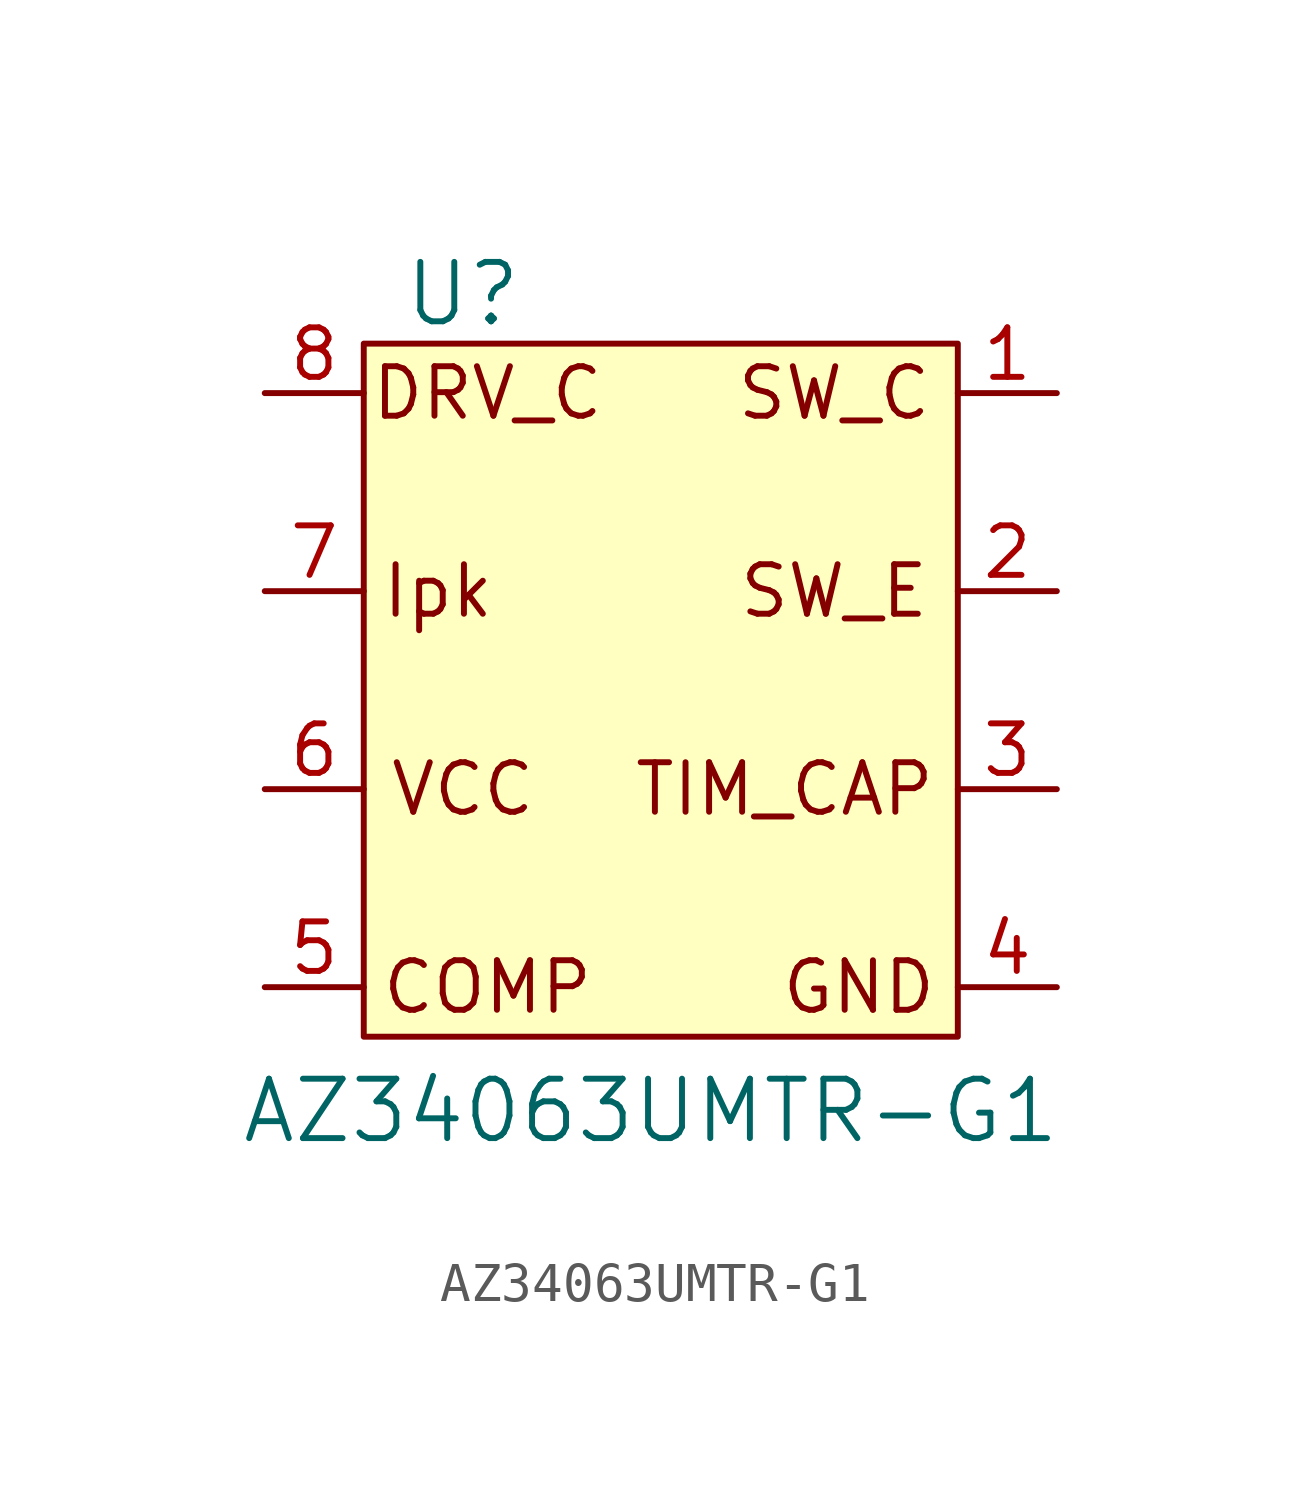
<source format=kicad_sym>
(kicad_symbol_lib
  (version 20220914)
  (generator kicad_symbol_editor)
  (symbol "AZ34063UMTR-G1"
    (pin_names
      (offset 0) hide)
    (property "Reference" "U"
      (at -5.08 10.16 0)
      (effects (font (size 1.524 1.524))))
    (property "Value" "AZ34063UMTR-G1"
      (at -0.254 -10.795 0)
      (effects (font (size 1.524 1.524))))
    (symbol "AZ34063UMTR-G1_0_0"
      (rectangle (start -7.62 8.89) (end 7.62 -8.89) (stroke (width 0) (type default)) (fill (type background)))
      (text "COMP" (at -4.445 -7.62 0) (effects (font (size 1.27 1.27))))
      (text "DRV_C" (at -4.445 7.62 0) (effects (font (size 1.27 1.27))))
      (text "GND" (at 5.08 -7.62 0) (effects (font (size 1.27 1.27))))
      (text "Ipk" (at -5.715 2.54 0) (effects (font (size 1.27 1.27))))
      (text "SW_C" (at 4.445 7.62 0) (effects (font (size 1.27 1.27))))
      (text "SW_E" (at 4.445 2.54 0) (effects (font (size 1.27 1.27))))
      (text "TIM_CAP" (at 3.175 -2.54 0) (effects (font (size 1.27 1.27))))
      (text "VCC" (at -5.08 -2.54 0) (effects (font (size 1.27 1.27)))))
    (symbol "AZ34063UMTR-G1_1_1"
      (pin input line (at 10.16 7.62 180) (length 2.54) (name "Switch_Collector" (effects (font (size 1.27 1.27)))) (number "1" (effects (font (size 1.27 1.27)))))
      (pin input line (at 10.16 2.54 180) (length 2.54) (name "Switch_Emitter" (effects (font (size 1.27 1.27)))) (number "2" (effects (font (size 1.27 1.27)))))
      (pin input line (at 10.16 -2.54 180) (length 2.54) (name "Timing_Capacitor" (effects (font (size 1.27 1.27)))) (number "3" (effects (font (size 1.27 1.27)))))
      (pin input line (at 10.16 -7.62 180) (length 2.54) (name "GND" (effects (font (size 1.27 1.27)))) (number "4" (effects (font (size 1.27 1.27)))))
      (pin input line (at -10.16 -7.62 0) (length 2.54) (name "Comp_in" (effects (font (size 1.27 1.27)))) (number "5" (effects (font (size 1.27 1.27)))))
      (pin input line (at -10.16 -2.54 0) (length 2.54) (name "VCC" (effects (font (size 1.27 1.27)))) (number "6" (effects (font (size 1.27 1.27)))))
      (pin input line (at -10.16 2.54 0) (length 2.54) (name "Ipk_Sense" (effects (font (size 1.27 1.27)))) (number "7" (effects (font (size 1.27 1.27)))))
      (pin input line (at -10.16 7.62 0) (length 2.54) (name "Driver_Collector" (effects (font (size 1.27 1.27)))) (number "8" (effects (font (size 1.27 1.27))))))))
</source>
